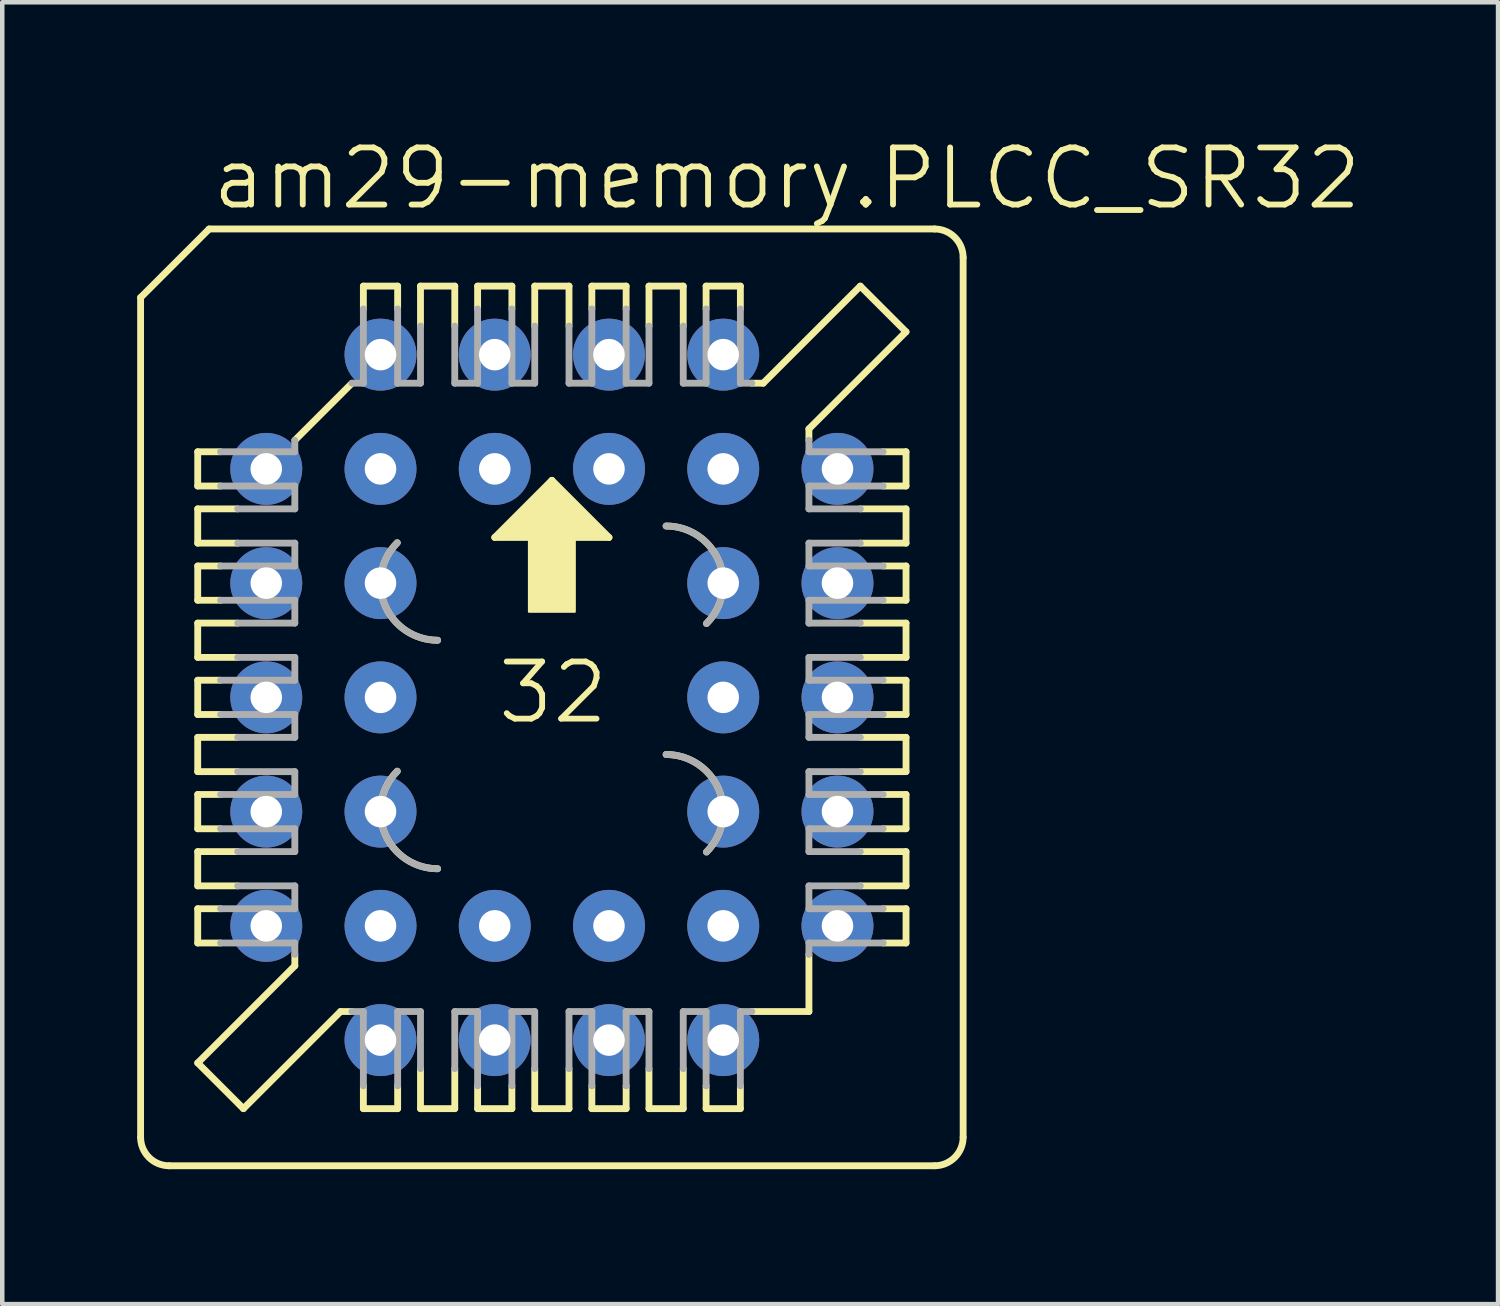
<source format=kicad_pcb>
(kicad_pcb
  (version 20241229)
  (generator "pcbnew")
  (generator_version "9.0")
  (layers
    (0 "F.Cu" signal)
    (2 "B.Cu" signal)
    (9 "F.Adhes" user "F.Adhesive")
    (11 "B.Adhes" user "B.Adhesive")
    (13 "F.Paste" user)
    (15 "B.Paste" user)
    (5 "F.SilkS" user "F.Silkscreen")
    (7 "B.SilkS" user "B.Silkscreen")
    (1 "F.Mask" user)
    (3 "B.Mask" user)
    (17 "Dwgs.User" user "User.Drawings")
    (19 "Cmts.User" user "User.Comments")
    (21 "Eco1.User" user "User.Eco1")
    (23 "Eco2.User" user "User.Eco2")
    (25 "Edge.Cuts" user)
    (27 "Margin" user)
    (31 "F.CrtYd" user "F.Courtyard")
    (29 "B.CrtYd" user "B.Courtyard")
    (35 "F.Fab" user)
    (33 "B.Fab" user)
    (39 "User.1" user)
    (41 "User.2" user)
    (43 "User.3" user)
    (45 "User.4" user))
  (footprint "am29-memory.PLCC_SR32"
    (layer "F.Cu")
    (at 9.22 12.455)
    (property "Reference" "am29-memory.PLCC_SR32" (at -7.62 -10.795 0) (layer "F.SilkS") (effects (font (size 1.27 1.27) (thickness 0.13)) (justify left bottom)))
    (attr through_hole)
    (fp_line (start -9.144 -8.89) (end -9.144 9.779) (stroke (width 0.152) (type default)) (layer "F.SilkS"))
    (fp_line (start -7.874 -5.461) (end -7.366 -5.461) (stroke (width 0.152) (type default)) (layer "F.SilkS"))
    (fp_line (start -7.874 -4.699) (end -7.874 -5.461) (stroke (width 0.152) (type default)) (layer "F.SilkS"))
    (fp_line (start -7.874 -4.191) (end -6.985 -4.191) (stroke (width 0.152) (type default)) (layer "F.SilkS"))
    (fp_line (start -7.874 -3.429) (end -7.874 -4.191) (stroke (width 0.152) (type default)) (layer "F.SilkS"))
    (fp_line (start -7.874 -2.921) (end -7.366 -2.921) (stroke (width 0.152) (type default)) (layer "F.SilkS"))
    (fp_line (start -7.874 -2.159) (end -7.874 -2.921) (stroke (width 0.152) (type default)) (layer "F.SilkS"))
    (fp_line (start -7.874 -1.651) (end -6.985 -1.651) (stroke (width 0.152) (type default)) (layer "F.SilkS"))
    (fp_line (start -7.874 -0.889) (end -7.874 -1.651) (stroke (width 0.152) (type default)) (layer "F.SilkS"))
    (fp_line (start -7.874 -0.381) (end -7.366 -0.381) (stroke (width 0.152) (type default)) (layer "F.SilkS"))
    (fp_line (start -7.874 0.381) (end -7.874 -0.381) (stroke (width 0.152) (type default)) (layer "F.SilkS"))
    (fp_line (start -7.874 0.889) (end -6.985 0.889) (stroke (width 0.152) (type default)) (layer "F.SilkS"))
    (fp_line (start -7.874 1.651) (end -7.874 0.889) (stroke (width 0.152) (type default)) (layer "F.SilkS"))
    (fp_line (start -7.874 2.159) (end -7.366 2.159) (stroke (width 0.152) (type default)) (layer "F.SilkS"))
    (fp_line (start -7.874 2.921) (end -7.874 2.159) (stroke (width 0.152) (type default)) (layer "F.SilkS"))
    (fp_line (start -7.874 3.429) (end -6.985 3.429) (stroke (width 0.152) (type default)) (layer "F.SilkS"))
    (fp_line (start -7.874 4.191) (end -7.874 3.429) (stroke (width 0.152) (type default)) (layer "F.SilkS"))
    (fp_line (start -7.874 4.699) (end -7.366 4.699) (stroke (width 0.152) (type default)) (layer "F.SilkS"))
    (fp_line (start -7.874 5.461) (end -7.874 4.699) (stroke (width 0.152) (type default)) (layer "F.SilkS"))
    (fp_line (start -7.874 8.128) (end -5.715 5.969) (stroke (width 0.152) (type default)) (layer "F.SilkS"))
    (fp_line (start -7.62 -10.414) (end -9.144 -8.89) (stroke (width 0.152) (type default)) (layer "F.SilkS"))
    (fp_line (start -7.366 -4.699) (end -7.874 -4.699) (stroke (width 0.152) (type default)) (layer "F.SilkS"))
    (fp_line (start -7.366 -2.159) (end -7.874 -2.159) (stroke (width 0.152) (type default)) (layer "F.SilkS"))
    (fp_line (start -7.366 0.381) (end -7.874 0.381) (stroke (width 0.152) (type default)) (layer "F.SilkS"))
    (fp_line (start -7.366 2.921) (end -7.874 2.921) (stroke (width 0.152) (type default)) (layer "F.SilkS"))
    (fp_line (start -7.366 5.461) (end -7.874 5.461) (stroke (width 0.152) (type default)) (layer "F.SilkS"))
    (fp_line (start -6.985 -3.429) (end -7.874 -3.429) (stroke (width 0.152) (type default)) (layer "F.SilkS"))
    (fp_line (start -6.985 -0.889) (end -7.874 -0.889) (stroke (width 0.152) (type default)) (layer "F.SilkS"))
    (fp_line (start -6.985 1.651) (end -7.874 1.651) (stroke (width 0.152) (type default)) (layer "F.SilkS"))
    (fp_line (start -6.985 4.191) (end -7.874 4.191) (stroke (width 0.152) (type default)) (layer "F.SilkS"))
    (fp_line (start -6.858 9.144) (end -7.874 8.128) (stroke (width 0.152) (type default)) (layer "F.SilkS"))
    (fp_line (start -6.858 9.144) (end -4.699 6.985) (stroke (width 0.152) (type default)) (layer "F.SilkS"))
    (fp_line (start -5.715 -5.715) (end -4.445 -6.985) (stroke (width 0.152) (type default)) (layer "F.SilkS"))
    (fp_line (start -5.715 5.969) (end -5.715 5.715) (stroke (width 0.152) (type default)) (layer "F.SilkS"))
    (fp_line (start -4.699 6.985) (end -4.445 6.985) (stroke (width 0.152) (type default)) (layer "F.SilkS"))
    (fp_line (start -4.191 -9.144) (end -4.191 -8.636) (stroke (width 0.152) (type default)) (layer "F.SilkS"))
    (fp_line (start -4.191 8.636) (end -4.191 9.144) (stroke (width 0.152) (type default)) (layer "F.SilkS"))
    (fp_line (start -4.191 9.144) (end -3.429 9.144) (stroke (width 0.152) (type default)) (layer "F.SilkS"))
    (fp_line (start -3.429 -9.144) (end -4.191 -9.144) (stroke (width 0.152) (type default)) (layer "F.SilkS"))
    (fp_line (start -3.429 -8.636) (end -3.429 -9.144) (stroke (width 0.152) (type default)) (layer "F.SilkS"))
    (fp_line (start -3.429 9.144) (end -3.429 8.636) (stroke (width 0.152) (type default)) (layer "F.SilkS"))
    (fp_line (start -2.921 -9.144) (end -2.921 -8.255) (stroke (width 0.152) (type default)) (layer "F.SilkS"))
    (fp_line (start -2.921 8.255) (end -2.921 9.144) (stroke (width 0.152) (type default)) (layer "F.SilkS"))
    (fp_line (start -2.921 9.144) (end -2.159 9.144) (stroke (width 0.152) (type default)) (layer "F.SilkS"))
    (fp_line (start -2.159 -9.144) (end -2.921 -9.144) (stroke (width 0.152) (type default)) (layer "F.SilkS"))
    (fp_line (start -2.159 -8.255) (end -2.159 -9.144) (stroke (width 0.152) (type default)) (layer "F.SilkS"))
    (fp_line (start -2.159 9.144) (end -2.159 8.255) (stroke (width 0.152) (type default)) (layer "F.SilkS"))
    (fp_line (start -1.651 -9.144) (end -1.651 -8.636) (stroke (width 0.152) (type default)) (layer "F.SilkS"))
    (fp_line (start -1.651 8.636) (end -1.651 9.144) (stroke (width 0.152) (type default)) (layer "F.SilkS"))
    (fp_line (start -1.651 9.144) (end -0.889 9.144) (stroke (width 0.152) (type default)) (layer "F.SilkS"))
    (fp_line (start -1.27 -3.556) (end 1.27 -3.556) (stroke (width 0.152) (type default)) (layer "F.SilkS"))
    (fp_line (start -0.889 -9.144) (end -1.651 -9.144) (stroke (width 0.152) (type default)) (layer "F.SilkS"))
    (fp_line (start -0.889 -8.636) (end -0.889 -9.144) (stroke (width 0.152) (type default)) (layer "F.SilkS"))
    (fp_line (start -0.889 9.144) (end -0.889 8.636) (stroke (width 0.152) (type default)) (layer "F.SilkS"))
    (fp_line (start -0.381 -9.144) (end -0.381 -8.255) (stroke (width 0.152) (type default)) (layer "F.SilkS"))
    (fp_line (start -0.381 8.255) (end -0.381 9.144) (stroke (width 0.152) (type default)) (layer "F.SilkS"))
    (fp_line (start -0.381 9.144) (end 0.381 9.144) (stroke (width 0.152) (type default)) (layer "F.SilkS"))
    (fp_line (start 0 -4.826) (end -1.27 -3.556) (stroke (width 0.152) (type default)) (layer "F.SilkS"))
    (fp_line (start 0.381 -9.144) (end -0.381 -9.144) (stroke (width 0.152) (type default)) (layer "F.SilkS"))
    (fp_line (start 0.381 -8.255) (end 0.381 -9.144) (stroke (width 0.152) (type default)) (layer "F.SilkS"))
    (fp_line (start 0.381 9.144) (end 0.381 8.255) (stroke (width 0.152) (type default)) (layer "F.SilkS"))
    (fp_line (start 0.889 -9.144) (end 0.889 -8.636) (stroke (width 0.152) (type default)) (layer "F.SilkS"))
    (fp_line (start 0.889 8.636) (end 0.889 9.144) (stroke (width 0.152) (type default)) (layer "F.SilkS"))
    (fp_line (start 0.889 9.144) (end 1.651 9.144) (stroke (width 0.152) (type default)) (layer "F.SilkS"))
    (fp_line (start 1.27 -3.556) (end 0 -4.826) (stroke (width 0.152) (type default)) (layer "F.SilkS"))
    (fp_line (start 1.651 -9.144) (end 0.889 -9.144) (stroke (width 0.152) (type default)) (layer "F.SilkS"))
    (fp_line (start 1.651 -8.636) (end 1.651 -9.144) (stroke (width 0.152) (type default)) (layer "F.SilkS"))
    (fp_line (start 1.651 9.144) (end 1.651 8.636) (stroke (width 0.152) (type default)) (layer "F.SilkS"))
    (fp_line (start 2.159 -9.144) (end 2.159 -8.255) (stroke (width 0.152) (type default)) (layer "F.SilkS"))
    (fp_line (start 2.159 8.255) (end 2.159 9.144) (stroke (width 0.152) (type default)) (layer "F.SilkS"))
    (fp_line (start 2.159 9.144) (end 2.921 9.144) (stroke (width 0.152) (type default)) (layer "F.SilkS"))
    (fp_line (start 2.921 -9.144) (end 2.159 -9.144) (stroke (width 0.152) (type default)) (layer "F.SilkS"))
    (fp_line (start 2.921 -8.255) (end 2.921 -9.144) (stroke (width 0.152) (type default)) (layer "F.SilkS"))
    (fp_line (start 2.921 9.144) (end 2.921 8.255) (stroke (width 0.152) (type default)) (layer "F.SilkS"))
    (fp_line (start 3.429 -9.144) (end 3.429 -8.636) (stroke (width 0.152) (type default)) (layer "F.SilkS"))
    (fp_line (start 3.429 8.636) (end 3.429 9.144) (stroke (width 0.152) (type default)) (layer "F.SilkS"))
    (fp_line (start 3.429 9.144) (end 4.191 9.144) (stroke (width 0.152) (type default)) (layer "F.SilkS"))
    (fp_line (start 4.191 -9.144) (end 3.429 -9.144) (stroke (width 0.152) (type default)) (layer "F.SilkS"))
    (fp_line (start 4.191 -8.636) (end 4.191 -9.144) (stroke (width 0.152) (type default)) (layer "F.SilkS"))
    (fp_line (start 4.191 9.144) (end 4.191 8.636) (stroke (width 0.152) (type default)) (layer "F.SilkS"))
    (fp_line (start 4.445 6.985) (end 5.715 6.985) (stroke (width 0.152) (type default)) (layer "F.SilkS"))
    (fp_line (start 4.699 -6.985) (end 4.445 -6.985) (stroke (width 0.152) (type default)) (layer "F.SilkS"))
    (fp_line (start 5.715 -5.969) (end 5.715 -5.715) (stroke (width 0.152) (type default)) (layer "F.SilkS"))
    (fp_line (start 5.715 5.715) (end 5.715 6.985) (stroke (width 0.152) (type default)) (layer "F.SilkS"))
    (fp_line (start 6.858 -9.144) (end 4.699 -6.985) (stroke (width 0.152) (type default)) (layer "F.SilkS"))
    (fp_line (start 6.858 -4.191) (end 7.874 -4.191) (stroke (width 0.152) (type default)) (layer "F.SilkS"))
    (fp_line (start 6.858 -1.651) (end 7.874 -1.651) (stroke (width 0.152) (type default)) (layer "F.SilkS"))
    (fp_line (start 6.858 0.889) (end 7.874 0.889) (stroke (width 0.152) (type default)) (layer "F.SilkS"))
    (fp_line (start 6.858 3.429) (end 7.874 3.429) (stroke (width 0.152) (type default)) (layer "F.SilkS"))
    (fp_line (start 7.366 -5.461) (end 7.874 -5.461) (stroke (width 0.152) (type default)) (layer "F.SilkS"))
    (fp_line (start 7.366 -2.921) (end 7.874 -2.921) (stroke (width 0.152) (type default)) (layer "F.SilkS"))
    (fp_line (start 7.366 -0.381) (end 7.874 -0.381) (stroke (width 0.152) (type default)) (layer "F.SilkS"))
    (fp_line (start 7.366 2.159) (end 7.874 2.159) (stroke (width 0.152) (type default)) (layer "F.SilkS"))
    (fp_line (start 7.366 4.699) (end 7.874 4.699) (stroke (width 0.152) (type default)) (layer "F.SilkS"))
    (fp_line (start 7.874 -8.128) (end 5.715 -5.969) (stroke (width 0.152) (type default)) (layer "F.SilkS"))
    (fp_line (start 7.874 -8.128) (end 6.858 -9.144) (stroke (width 0.152) (type default)) (layer "F.SilkS"))
    (fp_line (start 7.874 -5.461) (end 7.874 -4.699) (stroke (width 0.152) (type default)) (layer "F.SilkS"))
    (fp_line (start 7.874 -4.699) (end 7.366 -4.699) (stroke (width 0.152) (type default)) (layer "F.SilkS"))
    (fp_line (start 7.874 -4.191) (end 7.874 -3.429) (stroke (width 0.152) (type default)) (layer "F.SilkS"))
    (fp_line (start 7.874 -3.429) (end 6.858 -3.429) (stroke (width 0.152) (type default)) (layer "F.SilkS"))
    (fp_line (start 7.874 -2.921) (end 7.874 -2.159) (stroke (width 0.152) (type default)) (layer "F.SilkS"))
    (fp_line (start 7.874 -2.159) (end 7.366 -2.159) (stroke (width 0.152) (type default)) (layer "F.SilkS"))
    (fp_line (start 7.874 -1.651) (end 7.874 -0.889) (stroke (width 0.152) (type default)) (layer "F.SilkS"))
    (fp_line (start 7.874 -0.889) (end 6.858 -0.889) (stroke (width 0.152) (type default)) (layer "F.SilkS"))
    (fp_line (start 7.874 -0.381) (end 7.874 0.381) (stroke (width 0.152) (type default)) (layer "F.SilkS"))
    (fp_line (start 7.874 0.381) (end 7.366 0.381) (stroke (width 0.152) (type default)) (layer "F.SilkS"))
    (fp_line (start 7.874 0.889) (end 7.874 1.651) (stroke (width 0.152) (type default)) (layer "F.SilkS"))
    (fp_line (start 7.874 1.651) (end 6.858 1.651) (stroke (width 0.152) (type default)) (layer "F.SilkS"))
    (fp_line (start 7.874 2.159) (end 7.874 2.921) (stroke (width 0.152) (type default)) (layer "F.SilkS"))
    (fp_line (start 7.874 2.921) (end 7.366 2.921) (stroke (width 0.152) (type default)) (layer "F.SilkS"))
    (fp_line (start 7.874 3.429) (end 7.874 4.191) (stroke (width 0.152) (type default)) (layer "F.SilkS"))
    (fp_line (start 7.874 4.191) (end 6.858 4.191) (stroke (width 0.152) (type default)) (layer "F.SilkS"))
    (fp_line (start 7.874 4.699) (end 7.874 5.461) (stroke (width 0.152) (type default)) (layer "F.SilkS"))
    (fp_line (start 7.874 5.461) (end 7.366 5.461) (stroke (width 0.152) (type default)) (layer "F.SilkS"))
    (fp_line (start 8.509 -10.414) (end -7.62 -10.414) (stroke (width 0.152) (type default)) (layer "F.SilkS"))
    (fp_line (start 8.509 10.414) (end -8.509 10.414) (stroke (width 0.152) (type default)) (layer "F.SilkS"))
    (fp_line (start 9.144 9.779) (end 9.144 -9.779) (stroke (width 0.152) (type default)) (layer "F.SilkS"))
    (fp_rect (start -1.143 -3.556) (end -0.889 -3.683) (stroke (width 0.05) (type default)) (fill yes) (layer "F.SilkS"))
    (fp_rect (start -1.016 -3.683) (end -0.889 -3.81) (stroke (width 0.05) (type default)) (fill yes) (layer "F.SilkS"))
    (fp_rect (start -0.889 -3.556) (end 0.889 -3.937) (stroke (width 0.05) (type default)) (fill yes) (layer "F.SilkS"))
    (fp_rect (start -0.762 -3.937) (end -0.635 -4.064) (stroke (width 0.05) (type default)) (fill yes) (layer "F.SilkS"))
    (fp_rect (start -0.635 -3.937) (end 0.635 -4.191) (stroke (width 0.05) (type default)) (fill yes) (layer "F.SilkS"))
    (fp_rect (start -0.508 -4.191) (end -0.381 -4.318) (stroke (width 0.05) (type default)) (fill yes) (layer "F.SilkS"))
    (fp_rect (start -0.508 -1.905) (end 0.508 -3.81) (stroke (width 0.05) (type default)) (fill yes) (layer "F.SilkS"))
    (fp_rect (start -0.381 -4.191) (end 0.381 -4.445) (stroke (width 0.05) (type default)) (fill yes) (layer "F.SilkS"))
    (fp_rect (start -0.254 -4.445) (end -0.127 -4.572) (stroke (width 0.05) (type default)) (fill yes) (layer "F.SilkS"))
    (fp_rect (start -0.127 -4.445) (end 0.127 -4.699) (stroke (width 0.05) (type default)) (fill yes) (layer "F.SilkS"))
    (fp_rect (start 0.127 -4.445) (end 0.254 -4.572) (stroke (width 0.05) (type default)) (fill yes) (layer "F.SilkS"))
    (fp_rect (start 0.381 -4.191) (end 0.508 -4.318) (stroke (width 0.05) (type default)) (fill yes) (layer "F.SilkS"))
    (fp_rect (start 0.635 -3.937) (end 0.762 -4.064) (stroke (width 0.05) (type default)) (fill yes) (layer "F.SilkS"))
    (fp_rect (start 0.889 -3.683) (end 1.016 -3.81) (stroke (width 0.05) (type default)) (fill yes) (layer "F.SilkS"))
    (fp_rect (start 0.889 -3.556) (end 1.143 -3.683) (stroke (width 0.05) (type default)) (fill yes) (layer "F.SilkS"))
    (fp_arc (start -8.509 10.414) (mid -8.958013 10.228013) (end -9.144 9.779) (stroke (width 0.1524) (type default)) (layer "F.SilkS"))
    (fp_arc (start -2.54 -1.2699) (mid -3.713356 -2.053931) (end -3.438 -3.438) (stroke (width 0.1524) (type default)) (layer "F.SilkS"))
    (fp_arc (start -2.54 3.81) (mid -3.71331 3.026014) (end -3.438 1.642) (stroke (width 0.1524) (type default)) (layer "F.SilkS"))
    (fp_arc (start 2.54 -3.81) (mid 3.71331 -3.026014) (end 3.438 -1.642) (stroke (width 0.1524) (type default)) (layer "F.SilkS"))
    (fp_arc (start 2.54 1.27) (mid 3.713245 2.053962) (end 3.4379 3.4379) (stroke (width 0.1524) (type default)) (layer "F.SilkS"))
    (fp_arc (start 8.509 -10.414) (mid 8.958013 -10.228013) (end 9.144 -9.779) (stroke (width 0.1524) (type default)) (layer "F.SilkS"))
    (fp_arc (start 9.144 9.779) (mid 8.958013 10.228013) (end 8.509 10.414) (stroke (width 0.1524) (type default)) (layer "F.SilkS"))
    (fp_line (start -7.366 -4.699) (end -5.715 -4.699) (stroke (width 0.152) (type default)) (layer "F.Fab"))
    (fp_line (start -7.366 -2.159) (end -5.715 -2.159) (stroke (width 0.152) (type default)) (layer "F.Fab"))
    (fp_line (start -7.366 0.381) (end -5.715 0.381) (stroke (width 0.152) (type default)) (layer "F.Fab"))
    (fp_line (start -7.366 2.921) (end -5.715 2.921) (stroke (width 0.152) (type default)) (layer "F.Fab"))
    (fp_line (start -7.366 5.461) (end -5.715 5.461) (stroke (width 0.152) (type default)) (layer "F.Fab"))
    (fp_line (start -6.985 -3.429) (end -5.715 -3.429) (stroke (width 0.152) (type default)) (layer "F.Fab"))
    (fp_line (start -6.985 -0.889) (end -5.715 -0.889) (stroke (width 0.152) (type default)) (layer "F.Fab"))
    (fp_line (start -6.985 1.651) (end -5.715 1.651) (stroke (width 0.152) (type default)) (layer "F.Fab"))
    (fp_line (start -6.985 4.191) (end -5.715 4.191) (stroke (width 0.152) (type default)) (layer "F.Fab"))
    (fp_line (start -5.715 -5.461) (end -7.366 -5.461) (stroke (width 0.152) (type default)) (layer "F.Fab"))
    (fp_line (start -5.715 -5.461) (end -5.715 -5.715) (stroke (width 0.152) (type default)) (layer "F.Fab"))
    (fp_line (start -5.715 -4.191) (end -6.985 -4.191) (stroke (width 0.152) (type default)) (layer "F.Fab"))
    (fp_line (start -5.715 -4.191) (end -5.715 -4.699) (stroke (width 0.152) (type default)) (layer "F.Fab"))
    (fp_line (start -5.715 -2.921) (end -7.366 -2.921) (stroke (width 0.152) (type default)) (layer "F.Fab"))
    (fp_line (start -5.715 -2.921) (end -5.715 -3.429) (stroke (width 0.152) (type default)) (layer "F.Fab"))
    (fp_line (start -5.715 -1.651) (end -6.985 -1.651) (stroke (width 0.152) (type default)) (layer "F.Fab"))
    (fp_line (start -5.715 -1.651) (end -5.715 -2.159) (stroke (width 0.152) (type default)) (layer "F.Fab"))
    (fp_line (start -5.715 -0.381) (end -7.366 -0.381) (stroke (width 0.152) (type default)) (layer "F.Fab"))
    (fp_line (start -5.715 -0.381) (end -5.715 -0.889) (stroke (width 0.152) (type default)) (layer "F.Fab"))
    (fp_line (start -5.715 0.889) (end -6.985 0.889) (stroke (width 0.152) (type default)) (layer "F.Fab"))
    (fp_line (start -5.715 0.889) (end -5.715 0.381) (stroke (width 0.152) (type default)) (layer "F.Fab"))
    (fp_line (start -5.715 2.159) (end -7.366 2.159) (stroke (width 0.152) (type default)) (layer "F.Fab"))
    (fp_line (start -5.715 2.159) (end -5.715 1.651) (stroke (width 0.152) (type default)) (layer "F.Fab"))
    (fp_line (start -5.715 3.429) (end -6.985 3.429) (stroke (width 0.152) (type default)) (layer "F.Fab"))
    (fp_line (start -5.715 3.429) (end -5.715 2.921) (stroke (width 0.152) (type default)) (layer "F.Fab"))
    (fp_line (start -5.715 4.699) (end -7.366 4.699) (stroke (width 0.152) (type default)) (layer "F.Fab"))
    (fp_line (start -5.715 4.699) (end -5.715 4.191) (stroke (width 0.152) (type default)) (layer "F.Fab"))
    (fp_line (start -5.715 5.715) (end -5.715 5.461) (stroke (width 0.152) (type default)) (layer "F.Fab"))
    (fp_line (start -4.191 -6.985) (end -4.445 -6.985) (stroke (width 0.152) (type default)) (layer "F.Fab"))
    (fp_line (start -4.191 -6.985) (end -4.191 -8.636) (stroke (width 0.152) (type default)) (layer "F.Fab"))
    (fp_line (start -4.191 6.985) (end -4.445 6.985) (stroke (width 0.152) (type default)) (layer "F.Fab"))
    (fp_line (start -4.191 8.636) (end -4.191 6.985) (stroke (width 0.152) (type default)) (layer "F.Fab"))
    (fp_line (start -3.429 -8.636) (end -3.429 -6.985) (stroke (width 0.152) (type default)) (layer "F.Fab"))
    (fp_line (start -3.429 6.985) (end -3.429 8.636) (stroke (width 0.152) (type default)) (layer "F.Fab"))
    (fp_line (start -3.429 6.985) (end -2.921 6.985) (stroke (width 0.152) (type default)) (layer "F.Fab"))
    (fp_line (start -2.921 -6.985) (end -3.429 -6.985) (stroke (width 0.152) (type default)) (layer "F.Fab"))
    (fp_line (start -2.921 -6.985) (end -2.921 -8.255) (stroke (width 0.152) (type default)) (layer "F.Fab"))
    (fp_line (start -2.921 8.255) (end -2.921 6.985) (stroke (width 0.152) (type default)) (layer "F.Fab"))
    (fp_line (start -2.159 -8.255) (end -2.159 -6.985) (stroke (width 0.152) (type default)) (layer "F.Fab"))
    (fp_line (start -2.159 6.985) (end -2.159 8.255) (stroke (width 0.152) (type default)) (layer "F.Fab"))
    (fp_line (start -2.159 6.985) (end -1.651 6.985) (stroke (width 0.152) (type default)) (layer "F.Fab"))
    (fp_line (start -1.651 -6.985) (end -2.159 -6.985) (stroke (width 0.152) (type default)) (layer "F.Fab"))
    (fp_line (start -1.651 -6.985) (end -1.651 -8.636) (stroke (width 0.152) (type default)) (layer "F.Fab"))
    (fp_line (start -1.651 8.636) (end -1.651 6.985) (stroke (width 0.152) (type default)) (layer "F.Fab"))
    (fp_line (start -0.889 -8.636) (end -0.889 -6.985) (stroke (width 0.152) (type default)) (layer "F.Fab"))
    (fp_line (start -0.889 6.985) (end -0.889 8.636) (stroke (width 0.152) (type default)) (layer "F.Fab"))
    (fp_line (start -0.889 6.985) (end -0.381 6.985) (stroke (width 0.152) (type default)) (layer "F.Fab"))
    (fp_line (start -0.381 -6.985) (end -0.889 -6.985) (stroke (width 0.152) (type default)) (layer "F.Fab"))
    (fp_line (start -0.381 -6.985) (end -0.381 -8.255) (stroke (width 0.152) (type default)) (layer "F.Fab"))
    (fp_line (start -0.381 8.255) (end -0.381 6.985) (stroke (width 0.152) (type default)) (layer "F.Fab"))
    (fp_line (start 0.381 -8.255) (end 0.381 -6.985) (stroke (width 0.152) (type default)) (layer "F.Fab"))
    (fp_line (start 0.381 6.985) (end 0.381 8.255) (stroke (width 0.152) (type default)) (layer "F.Fab"))
    (fp_line (start 0.381 6.985) (end 0.889 6.985) (stroke (width 0.152) (type default)) (layer "F.Fab"))
    (fp_line (start 0.889 -6.985) (end 0.381 -6.985) (stroke (width 0.152) (type default)) (layer "F.Fab"))
    (fp_line (start 0.889 -6.985) (end 0.889 -8.636) (stroke (width 0.152) (type default)) (layer "F.Fab"))
    (fp_line (start 0.889 8.636) (end 0.889 6.985) (stroke (width 0.152) (type default)) (layer "F.Fab"))
    (fp_line (start 1.651 -8.636) (end 1.651 -6.985) (stroke (width 0.152) (type default)) (layer "F.Fab"))
    (fp_line (start 1.651 6.985) (end 1.651 8.636) (stroke (width 0.152) (type default)) (layer "F.Fab"))
    (fp_line (start 1.651 6.985) (end 2.159 6.985) (stroke (width 0.152) (type default)) (layer "F.Fab"))
    (fp_line (start 2.159 -6.985) (end 1.651 -6.985) (stroke (width 0.152) (type default)) (layer "F.Fab"))
    (fp_line (start 2.159 -6.985) (end 2.159 -8.255) (stroke (width 0.152) (type default)) (layer "F.Fab"))
    (fp_line (start 2.159 8.255) (end 2.159 6.985) (stroke (width 0.152) (type default)) (layer "F.Fab"))
    (fp_line (start 2.921 -8.255) (end 2.921 -6.985) (stroke (width 0.152) (type default)) (layer "F.Fab"))
    (fp_line (start 2.921 6.985) (end 2.921 8.255) (stroke (width 0.152) (type default)) (layer "F.Fab"))
    (fp_line (start 2.921 6.985) (end 3.429 6.985) (stroke (width 0.152) (type default)) (layer "F.Fab"))
    (fp_line (start 3.429 -6.985) (end 2.921 -6.985) (stroke (width 0.152) (type default)) (layer "F.Fab"))
    (fp_line (start 3.429 -6.985) (end 3.429 -8.636) (stroke (width 0.152) (type default)) (layer "F.Fab"))
    (fp_line (start 3.429 8.636) (end 3.429 6.985) (stroke (width 0.152) (type default)) (layer "F.Fab"))
    (fp_line (start 4.191 -8.636) (end 4.191 -6.985) (stroke (width 0.152) (type default)) (layer "F.Fab"))
    (fp_line (start 4.191 -6.985) (end 4.445 -6.985) (stroke (width 0.152) (type default)) (layer "F.Fab"))
    (fp_line (start 4.191 6.985) (end 4.191 8.636) (stroke (width 0.152) (type default)) (layer "F.Fab"))
    (fp_line (start 4.445 6.985) (end 4.191 6.985) (stroke (width 0.152) (type default)) (layer "F.Fab"))
    (fp_line (start 5.715 -5.461) (end 5.715 -5.715) (stroke (width 0.152) (type default)) (layer "F.Fab"))
    (fp_line (start 5.715 -4.699) (end 5.715 -4.191) (stroke (width 0.152) (type default)) (layer "F.Fab"))
    (fp_line (start 5.715 -4.699) (end 7.366 -4.699) (stroke (width 0.152) (type default)) (layer "F.Fab"))
    (fp_line (start 5.715 -3.429) (end 5.715 -2.921) (stroke (width 0.152) (type default)) (layer "F.Fab"))
    (fp_line (start 5.715 -3.429) (end 6.858 -3.429) (stroke (width 0.152) (type default)) (layer "F.Fab"))
    (fp_line (start 5.715 -2.159) (end 5.715 -1.651) (stroke (width 0.152) (type default)) (layer "F.Fab"))
    (fp_line (start 5.715 -2.159) (end 7.366 -2.159) (stroke (width 0.152) (type default)) (layer "F.Fab"))
    (fp_line (start 5.715 -0.889) (end 5.715 -0.381) (stroke (width 0.152) (type default)) (layer "F.Fab"))
    (fp_line (start 5.715 -0.889) (end 6.858 -0.889) (stroke (width 0.152) (type default)) (layer "F.Fab"))
    (fp_line (start 5.715 0.381) (end 5.715 0.889) (stroke (width 0.152) (type default)) (layer "F.Fab"))
    (fp_line (start 5.715 0.381) (end 7.366 0.381) (stroke (width 0.152) (type default)) (layer "F.Fab"))
    (fp_line (start 5.715 1.651) (end 5.715 2.159) (stroke (width 0.152) (type default)) (layer "F.Fab"))
    (fp_line (start 5.715 1.651) (end 6.858 1.651) (stroke (width 0.152) (type default)) (layer "F.Fab"))
    (fp_line (start 5.715 2.921) (end 5.715 3.429) (stroke (width 0.152) (type default)) (layer "F.Fab"))
    (fp_line (start 5.715 2.921) (end 7.366 2.921) (stroke (width 0.152) (type default)) (layer "F.Fab"))
    (fp_line (start 5.715 4.191) (end 5.715 4.699) (stroke (width 0.152) (type default)) (layer "F.Fab"))
    (fp_line (start 5.715 4.191) (end 6.858 4.191) (stroke (width 0.152) (type default)) (layer "F.Fab"))
    (fp_line (start 5.715 5.461) (end 7.366 5.461) (stroke (width 0.152) (type default)) (layer "F.Fab"))
    (fp_line (start 5.715 5.715) (end 5.715 5.461) (stroke (width 0.152) (type default)) (layer "F.Fab"))
    (fp_line (start 6.858 -4.191) (end 5.715 -4.191) (stroke (width 0.152) (type default)) (layer "F.Fab"))
    (fp_line (start 6.858 -1.651) (end 5.715 -1.651) (stroke (width 0.152) (type default)) (layer "F.Fab"))
    (fp_line (start 6.858 0.889) (end 5.715 0.889) (stroke (width 0.152) (type default)) (layer "F.Fab"))
    (fp_line (start 6.858 3.429) (end 5.715 3.429) (stroke (width 0.152) (type default)) (layer "F.Fab"))
    (fp_line (start 7.366 -5.461) (end 5.715 -5.461) (stroke (width 0.152) (type default)) (layer "F.Fab"))
    (fp_line (start 7.366 -2.921) (end 5.715 -2.921) (stroke (width 0.152) (type default)) (layer "F.Fab"))
    (fp_line (start 7.366 -0.381) (end 5.715 -0.381) (stroke (width 0.152) (type default)) (layer "F.Fab"))
    (fp_line (start 7.366 2.159) (end 5.715 2.159) (stroke (width 0.152) (type default)) (layer "F.Fab"))
    (fp_line (start 7.366 4.699) (end 5.715 4.699) (stroke (width 0.152) (type default)) (layer "F.Fab"))
    (fp_arc (start -3.81 -2.54) (mid -3.71331 -3.025997) (end -3.438 -3.438) (stroke (width 0.1524) (type default)) (layer "F.Fab"))
    (fp_arc (start -3.81 2.54) (mid -3.71331 2.054003) (end -3.438 1.642) (stroke (width 0.1524) (type default)) (layer "F.Fab"))
    (fp_arc (start -2.54 -1.27) (mid -3.438026 -1.641974) (end -3.81 -2.54) (stroke (width 0.1524) (type default)) (layer "F.Fab"))
    (fp_arc (start -2.54 3.81) (mid -3.438026 3.438026) (end -3.81 2.54) (stroke (width 0.1524) (type default)) (layer "F.Fab"))
    (fp_arc (start 2.54 -3.81) (mid 3.438026 -3.438026) (end 3.81 -2.54) (stroke (width 0.1524) (type default)) (layer "F.Fab"))
    (fp_arc (start 2.54 1.27) (mid 3.438026 1.641974) (end 3.81 2.54) (stroke (width 0.1524) (type default)) (layer "F.Fab"))
    (fp_arc (start 3.81 -2.54) (mid 3.71331 -2.054003) (end 3.438 -1.642) (stroke (width 0.1524) (type default)) (layer "F.Fab"))
    (fp_arc (start 3.81 2.54) (mid 3.71331 3.025997) (end 3.438 3.438) (stroke (width 0.1524) (type default)) (layer "F.Fab"))
    (fp_text user "32" (at -1.27 0.635 0) (layer "F.SilkS") (effects (font (size 1.27 1.27) (thickness 0.13)) (justify left bottom)))
    (pad "1" thru_hole circle (at 1.27 -5.08) (size 1.6 1.6) (drill 0.7) (layers "*.Cu" "*.Mask"))
    (pad "2" thru_hole circle (at -1.27 -7.62) (size 1.6 1.6) (drill 0.7) (layers "*.Cu" "*.Mask"))
    (pad "3" thru_hole circle (at -1.27 -5.08) (size 1.6 1.6) (drill 0.7) (layers "*.Cu" "*.Mask"))
    (pad "4" thru_hole circle (at -3.81 -7.62) (size 1.6 1.6) (drill 0.7) (layers "*.Cu" "*.Mask"))
    (pad "5" thru_hole circle (at -6.35 -5.08) (size 1.6 1.6) (drill 0.7) (layers "*.Cu" "*.Mask"))
    (pad "6" thru_hole circle (at -3.81 -5.08) (size 1.6 1.6) (drill 0.7) (layers "*.Cu" "*.Mask"))
    (pad "7" thru_hole circle (at -6.35 -2.54) (size 1.6 1.6) (drill 0.7) (layers "*.Cu" "*.Mask"))
    (pad "8" thru_hole circle (at -3.81 -2.54) (size 1.6 1.6) (drill 0.7) (layers "*.Cu" "*.Mask"))
    (pad "9" thru_hole circle (at -6.35 0) (size 1.6 1.6) (drill 0.7) (layers "*.Cu" "*.Mask"))
    (pad "10" thru_hole circle (at -3.81 0) (size 1.6 1.6) (drill 0.7) (layers "*.Cu" "*.Mask"))
    (pad "11" thru_hole circle (at -6.35 2.54) (size 1.6 1.6) (drill 0.7) (layers "*.Cu" "*.Mask"))
    (pad "12" thru_hole circle (at -3.81 2.54) (size 1.6 1.6) (drill 0.7) (layers "*.Cu" "*.Mask"))
    (pad "13" thru_hole circle (at -6.35 5.08) (size 1.6 1.6) (drill 0.7) (layers "*.Cu" "*.Mask"))
    (pad "14" thru_hole circle (at -3.81 7.62) (size 1.6 1.6) (drill 0.7) (layers "*.Cu" "*.Mask"))
    (pad "15" thru_hole circle (at -3.81 5.08) (size 1.6 1.6) (drill 0.7) (layers "*.Cu" "*.Mask"))
    (pad "16" thru_hole circle (at -1.27 7.62) (size 1.6 1.6) (drill 0.7) (layers "*.Cu" "*.Mask"))
    (pad "17" thru_hole circle (at -1.27 5.08) (size 1.6 1.6) (drill 0.7) (layers "*.Cu" "*.Mask"))
    (pad "18" thru_hole circle (at 1.27 7.62) (size 1.6 1.6) (drill 0.7) (layers "*.Cu" "*.Mask"))
    (pad "19" thru_hole circle (at 1.27 5.08) (size 1.6 1.6) (drill 0.7) (layers "*.Cu" "*.Mask"))
    (pad "20" thru_hole circle (at 3.81 7.62) (size 1.6 1.6) (drill 0.7) (layers "*.Cu" "*.Mask"))
    (pad "21" thru_hole circle (at 6.35 5.08) (size 1.6 1.6) (drill 0.7) (layers "*.Cu" "*.Mask"))
    (pad "22" thru_hole circle (at 3.81 5.08) (size 1.6 1.6) (drill 0.7) (layers "*.Cu" "*.Mask"))
    (pad "23" thru_hole circle (at 6.35 2.54) (size 1.6 1.6) (drill 0.7) (layers "*.Cu" "*.Mask"))
    (pad "24" thru_hole circle (at 3.81 2.54) (size 1.6 1.6) (drill 0.7) (layers "*.Cu" "*.Mask"))
    (pad "25" thru_hole circle (at 6.35 0) (size 1.6 1.6) (drill 0.7) (layers "*.Cu" "*.Mask"))
    (pad "26" thru_hole circle (at 3.81 0) (size 1.6 1.6) (drill 0.7) (layers "*.Cu" "*.Mask"))
    (pad "27" thru_hole circle (at 6.35 -2.54) (size 1.6 1.6) (drill 0.7) (layers "*.Cu" "*.Mask"))
    (pad "28" thru_hole circle (at 3.81 -2.54) (size 1.6 1.6) (drill 0.7) (layers "*.Cu" "*.Mask"))
    (pad "29" thru_hole circle (at 6.35 -5.08) (size 1.6 1.6) (drill 0.7) (layers "*.Cu" "*.Mask"))
    (pad "30" thru_hole circle (at 3.81 -7.62) (size 1.6 1.6) (drill 0.7) (layers "*.Cu" "*.Mask"))
    (pad "31" thru_hole circle (at 3.81 -5.08) (size 1.6 1.6) (drill 0.7) (layers "*.Cu" "*.Mask"))
    (pad "32" thru_hole circle (at 1.27 -7.62) (size 1.6 1.6) (drill 0.7) (layers "*.Cu" "*.Mask")))
  (gr_rect
    (start -3 -3)
    (end 30.257 25.945)
    (stroke (width 0.1) (type default))
    (fill no)
    (layer "Edge.Cuts")))
</source>
